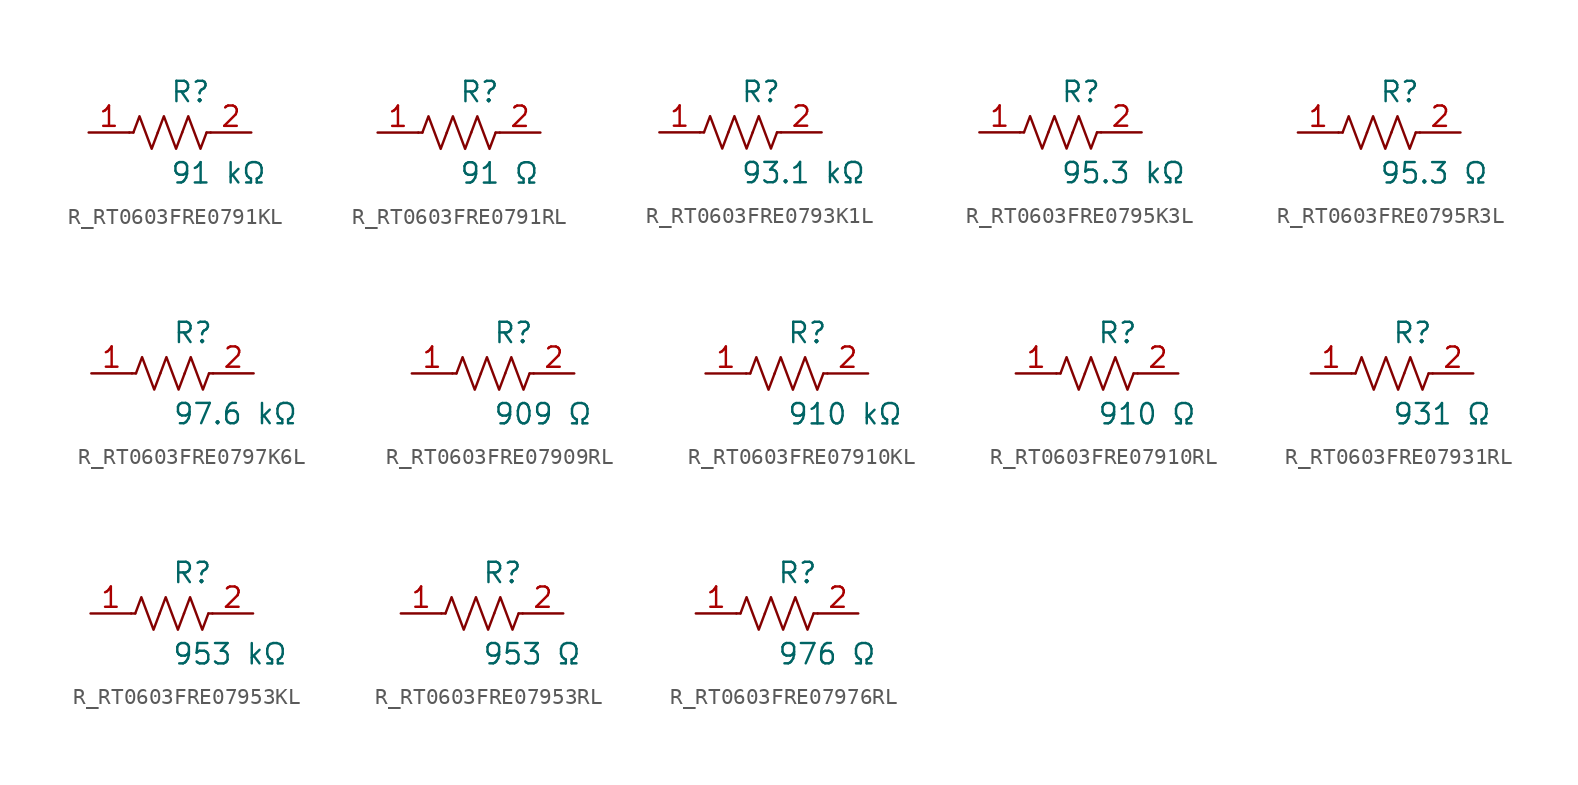
<source format=kicad_sym>
(kicad_symbol_lib
  (version 20231120)
  (generator kicad_symbol_editor)
  (generator_version 8.0)
  (symbol "R_RT0603FRE0791KL"
    (pin_names
      (offset 0.254))
    (property "Reference" "R"
      (at 0.0 2.54 0)
      (effects (font (size 1.27 1.27)) (justify left)))
    (property "Value" "91 kΩ"
      (at 0.0 -2.54 0)
      (effects (font (size 1.27 1.27)) (justify left)))
    (symbol "R_RT0603FRE0791KL_0_1"
      (polyline (pts (xy 2.286 0) (xy 2.54 0)) (stroke (width 0) (type default)) (fill (type none)))
      (polyline (pts (xy -2.286 0) (xy -2.54 0)) (stroke (width 0) (type default)) (fill (type none)))
      (polyline (pts (xy 0.762 0) (xy 1.143 1.016) (xy 1.524 0) (xy 1.905 -1.016) (xy 2.286 0)) (stroke (width 0) (type default)) (fill (type none)))
      (polyline (pts (xy -0.762 0) (xy -0.381 1.016) (xy 0 0) (xy 0.381 -1.016) (xy 0.762 0)) (stroke (width 0) (type default)) (fill (type none)))
      (polyline (pts (xy -2.286 0) (xy -1.905 1.016) (xy -1.524 0) (xy -1.143 -1.016) (xy -0.762 0)) (stroke (width 0) (type default)) (fill (type none))))
    (pin unspecified line
      (at -5.08 0 0)
      (length 2.54)
      (name "" (effects (font (size 1.27 1.27))))
      (number "1" (effects (font (size 1.27 1.27)))))
    (pin unspecified line
      (at 5.08 0 180)
      (length 2.54)
      (name "" (effects (font (size 1.27 1.27))))
      (number "2" (effects (font (size 1.27 1.27))))))
  (symbol "R_RT0603FRE0791RL"
    (pin_names
      (offset 0.254))
    (property "Reference" "R"
      (at 0.0 2.54 0)
      (effects (font (size 1.27 1.27)) (justify left)))
    (property "Value" "91 Ω"
      (at 0.0 -2.54 0)
      (effects (font (size 1.27 1.27)) (justify left)))
    (symbol "R_RT0603FRE0791RL_0_1"
      (polyline (pts (xy 2.286 0) (xy 2.54 0)) (stroke (width 0) (type default)) (fill (type none)))
      (polyline (pts (xy -2.286 0) (xy -2.54 0)) (stroke (width 0) (type default)) (fill (type none)))
      (polyline (pts (xy 0.762 0) (xy 1.143 1.016) (xy 1.524 0) (xy 1.905 -1.016) (xy 2.286 0)) (stroke (width 0) (type default)) (fill (type none)))
      (polyline (pts (xy -0.762 0) (xy -0.381 1.016) (xy 0 0) (xy 0.381 -1.016) (xy 0.762 0)) (stroke (width 0) (type default)) (fill (type none)))
      (polyline (pts (xy -2.286 0) (xy -1.905 1.016) (xy -1.524 0) (xy -1.143 -1.016) (xy -0.762 0)) (stroke (width 0) (type default)) (fill (type none))))
    (pin unspecified line
      (at -5.08 0 0)
      (length 2.54)
      (name "" (effects (font (size 1.27 1.27))))
      (number "1" (effects (font (size 1.27 1.27)))))
    (pin unspecified line
      (at 5.08 0 180)
      (length 2.54)
      (name "" (effects (font (size 1.27 1.27))))
      (number "2" (effects (font (size 1.27 1.27))))))
  (symbol "R_RT0603FRE0793K1L"
    (pin_names
      (offset 0.254))
    (property "Reference" "R"
      (at 0.0 2.54 0)
      (effects (font (size 1.27 1.27)) (justify left)))
    (property "Value" "93.1 kΩ"
      (at 0.0 -2.54 0)
      (effects (font (size 1.27 1.27)) (justify left)))
    (symbol "R_RT0603FRE0793K1L_0_1"
      (polyline (pts (xy 2.286 0) (xy 2.54 0)) (stroke (width 0) (type default)) (fill (type none)))
      (polyline (pts (xy -2.286 0) (xy -2.54 0)) (stroke (width 0) (type default)) (fill (type none)))
      (polyline (pts (xy 0.762 0) (xy 1.143 1.016) (xy 1.524 0) (xy 1.905 -1.016) (xy 2.286 0)) (stroke (width 0) (type default)) (fill (type none)))
      (polyline (pts (xy -0.762 0) (xy -0.381 1.016) (xy 0 0) (xy 0.381 -1.016) (xy 0.762 0)) (stroke (width 0) (type default)) (fill (type none)))
      (polyline (pts (xy -2.286 0) (xy -1.905 1.016) (xy -1.524 0) (xy -1.143 -1.016) (xy -0.762 0)) (stroke (width 0) (type default)) (fill (type none))))
    (pin unspecified line
      (at -5.08 0 0)
      (length 2.54)
      (name "" (effects (font (size 1.27 1.27))))
      (number "1" (effects (font (size 1.27 1.27)))))
    (pin unspecified line
      (at 5.08 0 180)
      (length 2.54)
      (name "" (effects (font (size 1.27 1.27))))
      (number "2" (effects (font (size 1.27 1.27))))))
  (symbol "R_RT0603FRE0795K3L"
    (pin_names
      (offset 0.254))
    (property "Reference" "R"
      (at 0.0 2.54 0)
      (effects (font (size 1.27 1.27)) (justify left)))
    (property "Value" "95.3 kΩ"
      (at 0.0 -2.54 0)
      (effects (font (size 1.27 1.27)) (justify left)))
    (symbol "R_RT0603FRE0795K3L_0_1"
      (polyline (pts (xy 2.286 0) (xy 2.54 0)) (stroke (width 0) (type default)) (fill (type none)))
      (polyline (pts (xy -2.286 0) (xy -2.54 0)) (stroke (width 0) (type default)) (fill (type none)))
      (polyline (pts (xy 0.762 0) (xy 1.143 1.016) (xy 1.524 0) (xy 1.905 -1.016) (xy 2.286 0)) (stroke (width 0) (type default)) (fill (type none)))
      (polyline (pts (xy -0.762 0) (xy -0.381 1.016) (xy 0 0) (xy 0.381 -1.016) (xy 0.762 0)) (stroke (width 0) (type default)) (fill (type none)))
      (polyline (pts (xy -2.286 0) (xy -1.905 1.016) (xy -1.524 0) (xy -1.143 -1.016) (xy -0.762 0)) (stroke (width 0) (type default)) (fill (type none))))
    (pin unspecified line
      (at -5.08 0 0)
      (length 2.54)
      (name "" (effects (font (size 1.27 1.27))))
      (number "1" (effects (font (size 1.27 1.27)))))
    (pin unspecified line
      (at 5.08 0 180)
      (length 2.54)
      (name "" (effects (font (size 1.27 1.27))))
      (number "2" (effects (font (size 1.27 1.27))))))
  (symbol "R_RT0603FRE0795R3L"
    (pin_names
      (offset 0.254))
    (property "Reference" "R"
      (at 0.0 2.54 0)
      (effects (font (size 1.27 1.27)) (justify left)))
    (property "Value" "95.3 Ω"
      (at 0.0 -2.54 0)
      (effects (font (size 1.27 1.27)) (justify left)))
    (symbol "R_RT0603FRE0795R3L_0_1"
      (polyline (pts (xy 2.286 0) (xy 2.54 0)) (stroke (width 0) (type default)) (fill (type none)))
      (polyline (pts (xy -2.286 0) (xy -2.54 0)) (stroke (width 0) (type default)) (fill (type none)))
      (polyline (pts (xy 0.762 0) (xy 1.143 1.016) (xy 1.524 0) (xy 1.905 -1.016) (xy 2.286 0)) (stroke (width 0) (type default)) (fill (type none)))
      (polyline (pts (xy -0.762 0) (xy -0.381 1.016) (xy 0 0) (xy 0.381 -1.016) (xy 0.762 0)) (stroke (width 0) (type default)) (fill (type none)))
      (polyline (pts (xy -2.286 0) (xy -1.905 1.016) (xy -1.524 0) (xy -1.143 -1.016) (xy -0.762 0)) (stroke (width 0) (type default)) (fill (type none))))
    (pin unspecified line
      (at -5.08 0 0)
      (length 2.54)
      (name "" (effects (font (size 1.27 1.27))))
      (number "1" (effects (font (size 1.27 1.27)))))
    (pin unspecified line
      (at 5.08 0 180)
      (length 2.54)
      (name "" (effects (font (size 1.27 1.27))))
      (number "2" (effects (font (size 1.27 1.27))))))
  (symbol "R_RT0603FRE0797K6L"
    (pin_names
      (offset 0.254))
    (property "Reference" "R"
      (at 0.0 2.54 0)
      (effects (font (size 1.27 1.27)) (justify left)))
    (property "Value" "97.6 kΩ"
      (at 0.0 -2.54 0)
      (effects (font (size 1.27 1.27)) (justify left)))
    (symbol "R_RT0603FRE0797K6L_0_1"
      (polyline (pts (xy 2.286 0) (xy 2.54 0)) (stroke (width 0) (type default)) (fill (type none)))
      (polyline (pts (xy -2.286 0) (xy -2.54 0)) (stroke (width 0) (type default)) (fill (type none)))
      (polyline (pts (xy 0.762 0) (xy 1.143 1.016) (xy 1.524 0) (xy 1.905 -1.016) (xy 2.286 0)) (stroke (width 0) (type default)) (fill (type none)))
      (polyline (pts (xy -0.762 0) (xy -0.381 1.016) (xy 0 0) (xy 0.381 -1.016) (xy 0.762 0)) (stroke (width 0) (type default)) (fill (type none)))
      (polyline (pts (xy -2.286 0) (xy -1.905 1.016) (xy -1.524 0) (xy -1.143 -1.016) (xy -0.762 0)) (stroke (width 0) (type default)) (fill (type none))))
    (pin unspecified line
      (at -5.08 0 0)
      (length 2.54)
      (name "" (effects (font (size 1.27 1.27))))
      (number "1" (effects (font (size 1.27 1.27)))))
    (pin unspecified line
      (at 5.08 0 180)
      (length 2.54)
      (name "" (effects (font (size 1.27 1.27))))
      (number "2" (effects (font (size 1.27 1.27))))))
  (symbol "R_RT0603FRE07909RL"
    (pin_names
      (offset 0.254))
    (property "Reference" "R"
      (at 0.0 2.54 0)
      (effects (font (size 1.27 1.27)) (justify left)))
    (property "Value" "909 Ω"
      (at 0.0 -2.54 0)
      (effects (font (size 1.27 1.27)) (justify left)))
    (symbol "R_RT0603FRE07909RL_0_1"
      (polyline (pts (xy 2.286 0) (xy 2.54 0)) (stroke (width 0) (type default)) (fill (type none)))
      (polyline (pts (xy -2.286 0) (xy -2.54 0)) (stroke (width 0) (type default)) (fill (type none)))
      (polyline (pts (xy 0.762 0) (xy 1.143 1.016) (xy 1.524 0) (xy 1.905 -1.016) (xy 2.286 0)) (stroke (width 0) (type default)) (fill (type none)))
      (polyline (pts (xy -0.762 0) (xy -0.381 1.016) (xy 0 0) (xy 0.381 -1.016) (xy 0.762 0)) (stroke (width 0) (type default)) (fill (type none)))
      (polyline (pts (xy -2.286 0) (xy -1.905 1.016) (xy -1.524 0) (xy -1.143 -1.016) (xy -0.762 0)) (stroke (width 0) (type default)) (fill (type none))))
    (pin unspecified line
      (at -5.08 0 0)
      (length 2.54)
      (name "" (effects (font (size 1.27 1.27))))
      (number "1" (effects (font (size 1.27 1.27)))))
    (pin unspecified line
      (at 5.08 0 180)
      (length 2.54)
      (name "" (effects (font (size 1.27 1.27))))
      (number "2" (effects (font (size 1.27 1.27))))))
  (symbol "R_RT0603FRE07910KL"
    (pin_names
      (offset 0.254))
    (property "Reference" "R"
      (at 0.0 2.54 0)
      (effects (font (size 1.27 1.27)) (justify left)))
    (property "Value" "910 kΩ"
      (at 0.0 -2.54 0)
      (effects (font (size 1.27 1.27)) (justify left)))
    (symbol "R_RT0603FRE07910KL_0_1"
      (polyline (pts (xy 2.286 0) (xy 2.54 0)) (stroke (width 0) (type default)) (fill (type none)))
      (polyline (pts (xy -2.286 0) (xy -2.54 0)) (stroke (width 0) (type default)) (fill (type none)))
      (polyline (pts (xy 0.762 0) (xy 1.143 1.016) (xy 1.524 0) (xy 1.905 -1.016) (xy 2.286 0)) (stroke (width 0) (type default)) (fill (type none)))
      (polyline (pts (xy -0.762 0) (xy -0.381 1.016) (xy 0 0) (xy 0.381 -1.016) (xy 0.762 0)) (stroke (width 0) (type default)) (fill (type none)))
      (polyline (pts (xy -2.286 0) (xy -1.905 1.016) (xy -1.524 0) (xy -1.143 -1.016) (xy -0.762 0)) (stroke (width 0) (type default)) (fill (type none))))
    (pin unspecified line
      (at -5.08 0 0)
      (length 2.54)
      (name "" (effects (font (size 1.27 1.27))))
      (number "1" (effects (font (size 1.27 1.27)))))
    (pin unspecified line
      (at 5.08 0 180)
      (length 2.54)
      (name "" (effects (font (size 1.27 1.27))))
      (number "2" (effects (font (size 1.27 1.27))))))
  (symbol "R_RT0603FRE07910RL"
    (pin_names
      (offset 0.254))
    (property "Reference" "R"
      (at 0.0 2.54 0)
      (effects (font (size 1.27 1.27)) (justify left)))
    (property "Value" "910 Ω"
      (at 0.0 -2.54 0)
      (effects (font (size 1.27 1.27)) (justify left)))
    (symbol "R_RT0603FRE07910RL_0_1"
      (polyline (pts (xy 2.286 0) (xy 2.54 0)) (stroke (width 0) (type default)) (fill (type none)))
      (polyline (pts (xy -2.286 0) (xy -2.54 0)) (stroke (width 0) (type default)) (fill (type none)))
      (polyline (pts (xy 0.762 0) (xy 1.143 1.016) (xy 1.524 0) (xy 1.905 -1.016) (xy 2.286 0)) (stroke (width 0) (type default)) (fill (type none)))
      (polyline (pts (xy -0.762 0) (xy -0.381 1.016) (xy 0 0) (xy 0.381 -1.016) (xy 0.762 0)) (stroke (width 0) (type default)) (fill (type none)))
      (polyline (pts (xy -2.286 0) (xy -1.905 1.016) (xy -1.524 0) (xy -1.143 -1.016) (xy -0.762 0)) (stroke (width 0) (type default)) (fill (type none))))
    (pin unspecified line
      (at -5.08 0 0)
      (length 2.54)
      (name "" (effects (font (size 1.27 1.27))))
      (number "1" (effects (font (size 1.27 1.27)))))
    (pin unspecified line
      (at 5.08 0 180)
      (length 2.54)
      (name "" (effects (font (size 1.27 1.27))))
      (number "2" (effects (font (size 1.27 1.27))))))
  (symbol "R_RT0603FRE07931RL"
    (pin_names
      (offset 0.254))
    (property "Reference" "R"
      (at 0.0 2.54 0)
      (effects (font (size 1.27 1.27)) (justify left)))
    (property "Value" "931 Ω"
      (at 0.0 -2.54 0)
      (effects (font (size 1.27 1.27)) (justify left)))
    (symbol "R_RT0603FRE07931RL_0_1"
      (polyline (pts (xy 2.286 0) (xy 2.54 0)) (stroke (width 0) (type default)) (fill (type none)))
      (polyline (pts (xy -2.286 0) (xy -2.54 0)) (stroke (width 0) (type default)) (fill (type none)))
      (polyline (pts (xy 0.762 0) (xy 1.143 1.016) (xy 1.524 0) (xy 1.905 -1.016) (xy 2.286 0)) (stroke (width 0) (type default)) (fill (type none)))
      (polyline (pts (xy -0.762 0) (xy -0.381 1.016) (xy 0 0) (xy 0.381 -1.016) (xy 0.762 0)) (stroke (width 0) (type default)) (fill (type none)))
      (polyline (pts (xy -2.286 0) (xy -1.905 1.016) (xy -1.524 0) (xy -1.143 -1.016) (xy -0.762 0)) (stroke (width 0) (type default)) (fill (type none))))
    (pin unspecified line
      (at -5.08 0 0)
      (length 2.54)
      (name "" (effects (font (size 1.27 1.27))))
      (number "1" (effects (font (size 1.27 1.27)))))
    (pin unspecified line
      (at 5.08 0 180)
      (length 2.54)
      (name "" (effects (font (size 1.27 1.27))))
      (number "2" (effects (font (size 1.27 1.27))))))
  (symbol "R_RT0603FRE07953KL"
    (pin_names
      (offset 0.254))
    (property "Reference" "R"
      (at 0.0 2.54 0)
      (effects (font (size 1.27 1.27)) (justify left)))
    (property "Value" "953 kΩ"
      (at 0.0 -2.54 0)
      (effects (font (size 1.27 1.27)) (justify left)))
    (symbol "R_RT0603FRE07953KL_0_1"
      (polyline (pts (xy 2.286 0) (xy 2.54 0)) (stroke (width 0) (type default)) (fill (type none)))
      (polyline (pts (xy -2.286 0) (xy -2.54 0)) (stroke (width 0) (type default)) (fill (type none)))
      (polyline (pts (xy 0.762 0) (xy 1.143 1.016) (xy 1.524 0) (xy 1.905 -1.016) (xy 2.286 0)) (stroke (width 0) (type default)) (fill (type none)))
      (polyline (pts (xy -0.762 0) (xy -0.381 1.016) (xy 0 0) (xy 0.381 -1.016) (xy 0.762 0)) (stroke (width 0) (type default)) (fill (type none)))
      (polyline (pts (xy -2.286 0) (xy -1.905 1.016) (xy -1.524 0) (xy -1.143 -1.016) (xy -0.762 0)) (stroke (width 0) (type default)) (fill (type none))))
    (pin unspecified line
      (at -5.08 0 0)
      (length 2.54)
      (name "" (effects (font (size 1.27 1.27))))
      (number "1" (effects (font (size 1.27 1.27)))))
    (pin unspecified line
      (at 5.08 0 180)
      (length 2.54)
      (name "" (effects (font (size 1.27 1.27))))
      (number "2" (effects (font (size 1.27 1.27))))))
  (symbol "R_RT0603FRE07953RL"
    (pin_names
      (offset 0.254))
    (property "Reference" "R"
      (at 0.0 2.54 0)
      (effects (font (size 1.27 1.27)) (justify left)))
    (property "Value" "953 Ω"
      (at 0.0 -2.54 0)
      (effects (font (size 1.27 1.27)) (justify left)))
    (symbol "R_RT0603FRE07953RL_0_1"
      (polyline (pts (xy 2.286 0) (xy 2.54 0)) (stroke (width 0) (type default)) (fill (type none)))
      (polyline (pts (xy -2.286 0) (xy -2.54 0)) (stroke (width 0) (type default)) (fill (type none)))
      (polyline (pts (xy 0.762 0) (xy 1.143 1.016) (xy 1.524 0) (xy 1.905 -1.016) (xy 2.286 0)) (stroke (width 0) (type default)) (fill (type none)))
      (polyline (pts (xy -0.762 0) (xy -0.381 1.016) (xy 0 0) (xy 0.381 -1.016) (xy 0.762 0)) (stroke (width 0) (type default)) (fill (type none)))
      (polyline (pts (xy -2.286 0) (xy -1.905 1.016) (xy -1.524 0) (xy -1.143 -1.016) (xy -0.762 0)) (stroke (width 0) (type default)) (fill (type none))))
    (pin unspecified line
      (at -5.08 0 0)
      (length 2.54)
      (name "" (effects (font (size 1.27 1.27))))
      (number "1" (effects (font (size 1.27 1.27)))))
    (pin unspecified line
      (at 5.08 0 180)
      (length 2.54)
      (name "" (effects (font (size 1.27 1.27))))
      (number "2" (effects (font (size 1.27 1.27))))))
  (symbol "R_RT0603FRE07976RL"
    (pin_names
      (offset 0.254))
    (property "Reference" "R"
      (at 0.0 2.54 0)
      (effects (font (size 1.27 1.27)) (justify left)))
    (property "Value" "976 Ω"
      (at 0.0 -2.54 0)
      (effects (font (size 1.27 1.27)) (justify left)))
    (symbol "R_RT0603FRE07976RL_0_1"
      (polyline (pts (xy 2.286 0) (xy 2.54 0)) (stroke (width 0) (type default)) (fill (type none)))
      (polyline (pts (xy -2.286 0) (xy -2.54 0)) (stroke (width 0) (type default)) (fill (type none)))
      (polyline (pts (xy 0.762 0) (xy 1.143 1.016) (xy 1.524 0) (xy 1.905 -1.016) (xy 2.286 0)) (stroke (width 0) (type default)) (fill (type none)))
      (polyline (pts (xy -0.762 0) (xy -0.381 1.016) (xy 0 0) (xy 0.381 -1.016) (xy 0.762 0)) (stroke (width 0) (type default)) (fill (type none)))
      (polyline (pts (xy -2.286 0) (xy -1.905 1.016) (xy -1.524 0) (xy -1.143 -1.016) (xy -0.762 0)) (stroke (width 0) (type default)) (fill (type none))))
    (pin unspecified line
      (at -5.08 0 0)
      (length 2.54)
      (name "" (effects (font (size 1.27 1.27))))
      (number "1" (effects (font (size 1.27 1.27)))))
    (pin unspecified line
      (at 5.08 0 180)
      (length 2.54)
      (name "" (effects (font (size 1.27 1.27))))
      (number "2" (effects (font (size 1.27 1.27)))))))
</source>
